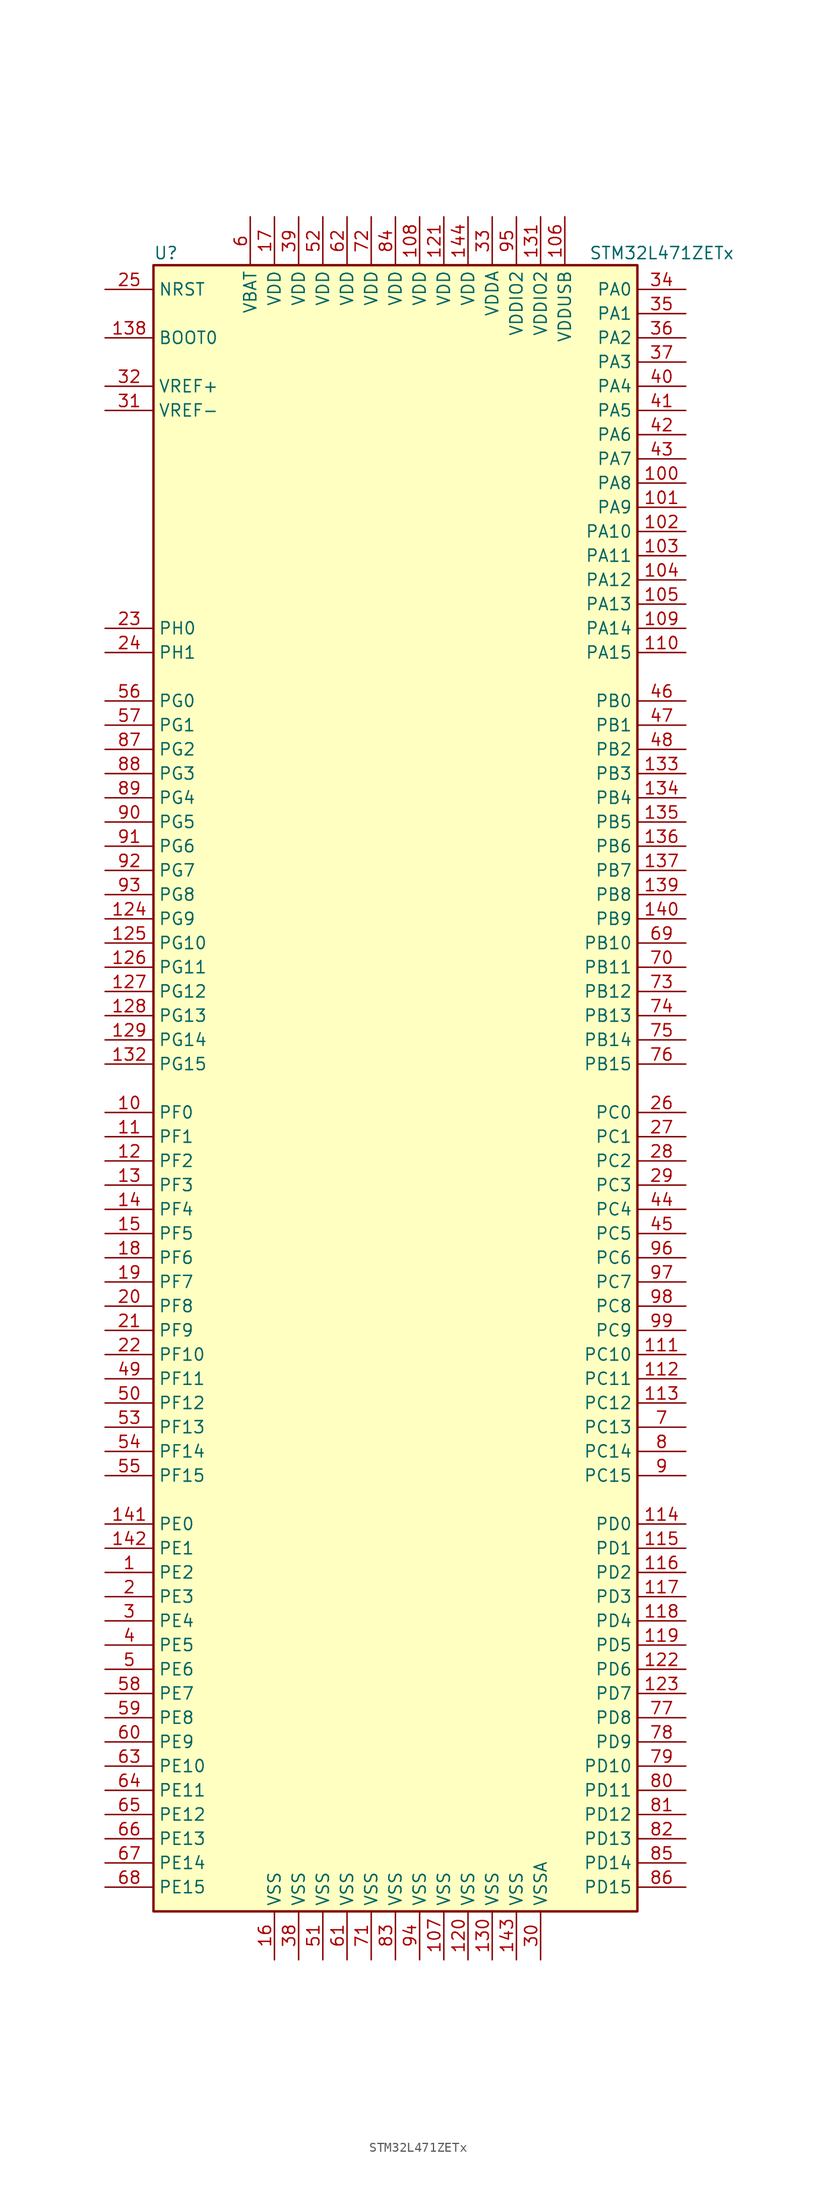
<source format=kicad_sym>
(kicad_symbol_lib
  (version 20211014)
  (generator kicad_symbol_editor)
  (symbol "STM32L471ZETx"
    (property "Reference" "U"
      (at -25.4 87.63 0)
      (effects (font (size 1.27 1.27)) (justify left)))
    (property "Value" "STM32L471ZETx"
      (at 20.32 87.63 0)
      (effects (font (size 1.27 1.27)) (justify left)))
    (symbol "STM32L471ZETx_0_1"
      (rectangle (start -25.4 -86.36) (end 25.4 86.36) (stroke (width 0.254) (type default) (color 0 0 0 0)) (fill (type background))))
    (symbol "STM32L471ZETx_1_1"
      (pin bidirectional line (at -30.48 -50.8 0) (length 5.08) (name "PE2" (effects (font (size 1.27 1.27)))) (number "1" (effects (font (size 1.27 1.27)))))
      (pin bidirectional line (at -30.48 -2.54 0) (length 5.08) (name "PF0" (effects (font (size 1.27 1.27)))) (number "10" (effects (font (size 1.27 1.27)))))
      (pin bidirectional line (at 30.48 63.5 180) (length 5.08) (name "PA8" (effects (font (size 1.27 1.27)))) (number "100" (effects (font (size 1.27 1.27)))))
      (pin bidirectional line (at 30.48 60.96 180) (length 5.08) (name "PA9" (effects (font (size 1.27 1.27)))) (number "101" (effects (font (size 1.27 1.27)))))
      (pin bidirectional line (at 30.48 58.42 180) (length 5.08) (name "PA10" (effects (font (size 1.27 1.27)))) (number "102" (effects (font (size 1.27 1.27)))))
      (pin bidirectional line (at 30.48 55.88 180) (length 5.08) (name "PA11" (effects (font (size 1.27 1.27)))) (number "103" (effects (font (size 1.27 1.27)))))
      (pin bidirectional line (at 30.48 53.34 180) (length 5.08) (name "PA12" (effects (font (size 1.27 1.27)))) (number "104" (effects (font (size 1.27 1.27)))))
      (pin bidirectional line (at 30.48 50.8 180) (length 5.08) (name "PA13" (effects (font (size 1.27 1.27)))) (number "105" (effects (font (size 1.27 1.27)))))
      (pin power_in line (at 17.78 91.44 270) (length 5.08) (name "VDDUSB" (effects (font (size 1.27 1.27)))) (number "106" (effects (font (size 1.27 1.27)))))
      (pin power_in line (at 5.08 -91.44 90) (length 5.08) (name "VSS" (effects (font (size 1.27 1.27)))) (number "107" (effects (font (size 1.27 1.27)))))
      (pin power_in line (at 2.54 91.44 270) (length 5.08) (name "VDD" (effects (font (size 1.27 1.27)))) (number "108" (effects (font (size 1.27 1.27)))))
      (pin bidirectional line (at 30.48 48.26 180) (length 5.08) (name "PA14" (effects (font (size 1.27 1.27)))) (number "109" (effects (font (size 1.27 1.27)))))
      (pin bidirectional line (at -30.48 -5.08 0) (length 5.08) (name "PF1" (effects (font (size 1.27 1.27)))) (number "11" (effects (font (size 1.27 1.27)))))
      (pin bidirectional line (at 30.48 45.72 180) (length 5.08) (name "PA15" (effects (font (size 1.27 1.27)))) (number "110" (effects (font (size 1.27 1.27)))))
      (pin bidirectional line (at 30.48 -27.94 180) (length 5.08) (name "PC10" (effects (font (size 1.27 1.27)))) (number "111" (effects (font (size 1.27 1.27)))))
      (pin bidirectional line (at 30.48 -30.48 180) (length 5.08) (name "PC11" (effects (font (size 1.27 1.27)))) (number "112" (effects (font (size 1.27 1.27)))))
      (pin bidirectional line (at 30.48 -33.02 180) (length 5.08) (name "PC12" (effects (font (size 1.27 1.27)))) (number "113" (effects (font (size 1.27 1.27)))))
      (pin bidirectional line (at 30.48 -45.72 180) (length 5.08) (name "PD0" (effects (font (size 1.27 1.27)))) (number "114" (effects (font (size 1.27 1.27)))))
      (pin bidirectional line (at 30.48 -48.26 180) (length 5.08) (name "PD1" (effects (font (size 1.27 1.27)))) (number "115" (effects (font (size 1.27 1.27)))))
      (pin bidirectional line (at 30.48 -50.8 180) (length 5.08) (name "PD2" (effects (font (size 1.27 1.27)))) (number "116" (effects (font (size 1.27 1.27)))))
      (pin bidirectional line (at 30.48 -53.34 180) (length 5.08) (name "PD3" (effects (font (size 1.27 1.27)))) (number "117" (effects (font (size 1.27 1.27)))))
      (pin bidirectional line (at 30.48 -55.88 180) (length 5.08) (name "PD4" (effects (font (size 1.27 1.27)))) (number "118" (effects (font (size 1.27 1.27)))))
      (pin bidirectional line (at 30.48 -58.42 180) (length 5.08) (name "PD5" (effects (font (size 1.27 1.27)))) (number "119" (effects (font (size 1.27 1.27)))))
      (pin bidirectional line (at -30.48 -7.62 0) (length 5.08) (name "PF2" (effects (font (size 1.27 1.27)))) (number "12" (effects (font (size 1.27 1.27)))))
      (pin power_in line (at 7.62 -91.44 90) (length 5.08) (name "VSS" (effects (font (size 1.27 1.27)))) (number "120" (effects (font (size 1.27 1.27)))))
      (pin power_in line (at 5.08 91.44 270) (length 5.08) (name "VDD" (effects (font (size 1.27 1.27)))) (number "121" (effects (font (size 1.27 1.27)))))
      (pin bidirectional line (at 30.48 -60.96 180) (length 5.08) (name "PD6" (effects (font (size 1.27 1.27)))) (number "122" (effects (font (size 1.27 1.27)))))
      (pin bidirectional line (at 30.48 -63.5 180) (length 5.08) (name "PD7" (effects (font (size 1.27 1.27)))) (number "123" (effects (font (size 1.27 1.27)))))
      (pin bidirectional line (at -30.48 17.78 0) (length 5.08) (name "PG9" (effects (font (size 1.27 1.27)))) (number "124" (effects (font (size 1.27 1.27)))))
      (pin bidirectional line (at -30.48 15.24 0) (length 5.08) (name "PG10" (effects (font (size 1.27 1.27)))) (number "125" (effects (font (size 1.27 1.27)))))
      (pin bidirectional line (at -30.48 12.7 0) (length 5.08) (name "PG11" (effects (font (size 1.27 1.27)))) (number "126" (effects (font (size 1.27 1.27)))))
      (pin bidirectional line (at -30.48 10.16 0) (length 5.08) (name "PG12" (effects (font (size 1.27 1.27)))) (number "127" (effects (font (size 1.27 1.27)))))
      (pin bidirectional line (at -30.48 7.62 0) (length 5.08) (name "PG13" (effects (font (size 1.27 1.27)))) (number "128" (effects (font (size 1.27 1.27)))))
      (pin bidirectional line (at -30.48 5.08 0) (length 5.08) (name "PG14" (effects (font (size 1.27 1.27)))) (number "129" (effects (font (size 1.27 1.27)))))
      (pin bidirectional line (at -30.48 -10.16 0) (length 5.08) (name "PF3" (effects (font (size 1.27 1.27)))) (number "13" (effects (font (size 1.27 1.27)))))
      (pin power_in line (at 10.16 -91.44 90) (length 5.08) (name "VSS" (effects (font (size 1.27 1.27)))) (number "130" (effects (font (size 1.27 1.27)))))
      (pin power_in line (at 15.24 91.44 270) (length 5.08) (name "VDDIO2" (effects (font (size 1.27 1.27)))) (number "131" (effects (font (size 1.27 1.27)))))
      (pin bidirectional line (at -30.48 2.54 0) (length 5.08) (name "PG15" (effects (font (size 1.27 1.27)))) (number "132" (effects (font (size 1.27 1.27)))))
      (pin bidirectional line (at 30.48 33.02 180) (length 5.08) (name "PB3" (effects (font (size 1.27 1.27)))) (number "133" (effects (font (size 1.27 1.27)))))
      (pin bidirectional line (at 30.48 30.48 180) (length 5.08) (name "PB4" (effects (font (size 1.27 1.27)))) (number "134" (effects (font (size 1.27 1.27)))))
      (pin bidirectional line (at 30.48 27.94 180) (length 5.08) (name "PB5" (effects (font (size 1.27 1.27)))) (number "135" (effects (font (size 1.27 1.27)))))
      (pin bidirectional line (at 30.48 25.4 180) (length 5.08) (name "PB6" (effects (font (size 1.27 1.27)))) (number "136" (effects (font (size 1.27 1.27)))))
      (pin bidirectional line (at 30.48 22.86 180) (length 5.08) (name "PB7" (effects (font (size 1.27 1.27)))) (number "137" (effects (font (size 1.27 1.27)))))
      (pin input line (at -30.48 78.74 0) (length 5.08) (name "BOOT0" (effects (font (size 1.27 1.27)))) (number "138" (effects (font (size 1.27 1.27)))))
      (pin bidirectional line (at 30.48 20.32 180) (length 5.08) (name "PB8" (effects (font (size 1.27 1.27)))) (number "139" (effects (font (size 1.27 1.27)))))
      (pin bidirectional line (at -30.48 -12.7 0) (length 5.08) (name "PF4" (effects (font (size 1.27 1.27)))) (number "14" (effects (font (size 1.27 1.27)))))
      (pin bidirectional line (at 30.48 17.78 180) (length 5.08) (name "PB9" (effects (font (size 1.27 1.27)))) (number "140" (effects (font (size 1.27 1.27)))))
      (pin bidirectional line (at -30.48 -45.72 0) (length 5.08) (name "PE0" (effects (font (size 1.27 1.27)))) (number "141" (effects (font (size 1.27 1.27)))))
      (pin bidirectional line (at -30.48 -48.26 0) (length 5.08) (name "PE1" (effects (font (size 1.27 1.27)))) (number "142" (effects (font (size 1.27 1.27)))))
      (pin power_in line (at 12.7 -91.44 90) (length 5.08) (name "VSS" (effects (font (size 1.27 1.27)))) (number "143" (effects (font (size 1.27 1.27)))))
      (pin power_in line (at 7.62 91.44 270) (length 5.08) (name "VDD" (effects (font (size 1.27 1.27)))) (number "144" (effects (font (size 1.27 1.27)))))
      (pin bidirectional line (at -30.48 -15.24 0) (length 5.08) (name "PF5" (effects (font (size 1.27 1.27)))) (number "15" (effects (font (size 1.27 1.27)))))
      (pin power_in line (at -12.7 -91.44 90) (length 5.08) (name "VSS" (effects (font (size 1.27 1.27)))) (number "16" (effects (font (size 1.27 1.27)))))
      (pin power_in line (at -12.7 91.44 270) (length 5.08) (name "VDD" (effects (font (size 1.27 1.27)))) (number "17" (effects (font (size 1.27 1.27)))))
      (pin bidirectional line (at -30.48 -17.78 0) (length 5.08) (name "PF6" (effects (font (size 1.27 1.27)))) (number "18" (effects (font (size 1.27 1.27)))))
      (pin bidirectional line (at -30.48 -20.32 0) (length 5.08) (name "PF7" (effects (font (size 1.27 1.27)))) (number "19" (effects (font (size 1.27 1.27)))))
      (pin bidirectional line (at -30.48 -53.34 0) (length 5.08) (name "PE3" (effects (font (size 1.27 1.27)))) (number "2" (effects (font (size 1.27 1.27)))))
      (pin bidirectional line (at -30.48 -22.86 0) (length 5.08) (name "PF8" (effects (font (size 1.27 1.27)))) (number "20" (effects (font (size 1.27 1.27)))))
      (pin bidirectional line (at -30.48 -25.4 0) (length 5.08) (name "PF9" (effects (font (size 1.27 1.27)))) (number "21" (effects (font (size 1.27 1.27)))))
      (pin bidirectional line (at -30.48 -27.94 0) (length 5.08) (name "PF10" (effects (font (size 1.27 1.27)))) (number "22" (effects (font (size 1.27 1.27)))))
      (pin input line (at -30.48 48.26 0) (length 5.08) (name "PH0" (effects (font (size 1.27 1.27)))) (number "23" (effects (font (size 1.27 1.27)))))
      (pin input line (at -30.48 45.72 0) (length 5.08) (name "PH1" (effects (font (size 1.27 1.27)))) (number "24" (effects (font (size 1.27 1.27)))))
      (pin input line (at -30.48 83.82 0) (length 5.08) (name "NRST" (effects (font (size 1.27 1.27)))) (number "25" (effects (font (size 1.27 1.27)))))
      (pin bidirectional line (at 30.48 -2.54 180) (length 5.08) (name "PC0" (effects (font (size 1.27 1.27)))) (number "26" (effects (font (size 1.27 1.27)))))
      (pin bidirectional line (at 30.48 -5.08 180) (length 5.08) (name "PC1" (effects (font (size 1.27 1.27)))) (number "27" (effects (font (size 1.27 1.27)))))
      (pin bidirectional line (at 30.48 -7.62 180) (length 5.08) (name "PC2" (effects (font (size 1.27 1.27)))) (number "28" (effects (font (size 1.27 1.27)))))
      (pin bidirectional line (at 30.48 -10.16 180) (length 5.08) (name "PC3" (effects (font (size 1.27 1.27)))) (number "29" (effects (font (size 1.27 1.27)))))
      (pin bidirectional line (at -30.48 -55.88 0) (length 5.08) (name "PE4" (effects (font (size 1.27 1.27)))) (number "3" (effects (font (size 1.27 1.27)))))
      (pin power_in line (at 15.24 -91.44 90) (length 5.08) (name "VSSA" (effects (font (size 1.27 1.27)))) (number "30" (effects (font (size 1.27 1.27)))))
      (pin power_in line (at -30.48 71.12 0) (length 5.08) (name "VREF-" (effects (font (size 1.27 1.27)))) (number "31" (effects (font (size 1.27 1.27)))))
      (pin bidirectional line (at -30.48 73.66 0) (length 5.08) (name "VREF+" (effects (font (size 1.27 1.27)))) (number "32" (effects (font (size 1.27 1.27)))))
      (pin power_in line (at 10.16 91.44 270) (length 5.08) (name "VDDA" (effects (font (size 1.27 1.27)))) (number "33" (effects (font (size 1.27 1.27)))))
      (pin bidirectional line (at 30.48 83.82 180) (length 5.08) (name "PA0" (effects (font (size 1.27 1.27)))) (number "34" (effects (font (size 1.27 1.27)))))
      (pin bidirectional line (at 30.48 81.28 180) (length 5.08) (name "PA1" (effects (font (size 1.27 1.27)))) (number "35" (effects (font (size 1.27 1.27)))))
      (pin bidirectional line (at 30.48 78.74 180) (length 5.08) (name "PA2" (effects (font (size 1.27 1.27)))) (number "36" (effects (font (size 1.27 1.27)))))
      (pin bidirectional line (at 30.48 76.2 180) (length 5.08) (name "PA3" (effects (font (size 1.27 1.27)))) (number "37" (effects (font (size 1.27 1.27)))))
      (pin power_in line (at -10.16 -91.44 90) (length 5.08) (name "VSS" (effects (font (size 1.27 1.27)))) (number "38" (effects (font (size 1.27 1.27)))))
      (pin power_in line (at -10.16 91.44 270) (length 5.08) (name "VDD" (effects (font (size 1.27 1.27)))) (number "39" (effects (font (size 1.27 1.27)))))
      (pin bidirectional line (at -30.48 -58.42 0) (length 5.08) (name "PE5" (effects (font (size 1.27 1.27)))) (number "4" (effects (font (size 1.27 1.27)))))
      (pin bidirectional line (at 30.48 73.66 180) (length 5.08) (name "PA4" (effects (font (size 1.27 1.27)))) (number "40" (effects (font (size 1.27 1.27)))))
      (pin bidirectional line (at 30.48 71.12 180) (length 5.08) (name "PA5" (effects (font (size 1.27 1.27)))) (number "41" (effects (font (size 1.27 1.27)))))
      (pin bidirectional line (at 30.48 68.58 180) (length 5.08) (name "PA6" (effects (font (size 1.27 1.27)))) (number "42" (effects (font (size 1.27 1.27)))))
      (pin bidirectional line (at 30.48 66.04 180) (length 5.08) (name "PA7" (effects (font (size 1.27 1.27)))) (number "43" (effects (font (size 1.27 1.27)))))
      (pin bidirectional line (at 30.48 -12.7 180) (length 5.08) (name "PC4" (effects (font (size 1.27 1.27)))) (number "44" (effects (font (size 1.27 1.27)))))
      (pin bidirectional line (at 30.48 -15.24 180) (length 5.08) (name "PC5" (effects (font (size 1.27 1.27)))) (number "45" (effects (font (size 1.27 1.27)))))
      (pin bidirectional line (at 30.48 40.64 180) (length 5.08) (name "PB0" (effects (font (size 1.27 1.27)))) (number "46" (effects (font (size 1.27 1.27)))))
      (pin bidirectional line (at 30.48 38.1 180) (length 5.08) (name "PB1" (effects (font (size 1.27 1.27)))) (number "47" (effects (font (size 1.27 1.27)))))
      (pin bidirectional line (at 30.48 35.56 180) (length 5.08) (name "PB2" (effects (font (size 1.27 1.27)))) (number "48" (effects (font (size 1.27 1.27)))))
      (pin bidirectional line (at -30.48 -30.48 0) (length 5.08) (name "PF11" (effects (font (size 1.27 1.27)))) (number "49" (effects (font (size 1.27 1.27)))))
      (pin bidirectional line (at -30.48 -60.96 0) (length 5.08) (name "PE6" (effects (font (size 1.27 1.27)))) (number "5" (effects (font (size 1.27 1.27)))))
      (pin bidirectional line (at -30.48 -33.02 0) (length 5.08) (name "PF12" (effects (font (size 1.27 1.27)))) (number "50" (effects (font (size 1.27 1.27)))))
      (pin power_in line (at -7.62 -91.44 90) (length 5.08) (name "VSS" (effects (font (size 1.27 1.27)))) (number "51" (effects (font (size 1.27 1.27)))))
      (pin power_in line (at -7.62 91.44 270) (length 5.08) (name "VDD" (effects (font (size 1.27 1.27)))) (number "52" (effects (font (size 1.27 1.27)))))
      (pin bidirectional line (at -30.48 -35.56 0) (length 5.08) (name "PF13" (effects (font (size 1.27 1.27)))) (number "53" (effects (font (size 1.27 1.27)))))
      (pin bidirectional line (at -30.48 -38.1 0) (length 5.08) (name "PF14" (effects (font (size 1.27 1.27)))) (number "54" (effects (font (size 1.27 1.27)))))
      (pin bidirectional line (at -30.48 -40.64 0) (length 5.08) (name "PF15" (effects (font (size 1.27 1.27)))) (number "55" (effects (font (size 1.27 1.27)))))
      (pin bidirectional line (at -30.48 40.64 0) (length 5.08) (name "PG0" (effects (font (size 1.27 1.27)))) (number "56" (effects (font (size 1.27 1.27)))))
      (pin bidirectional line (at -30.48 38.1 0) (length 5.08) (name "PG1" (effects (font (size 1.27 1.27)))) (number "57" (effects (font (size 1.27 1.27)))))
      (pin bidirectional line (at -30.48 -63.5 0) (length 5.08) (name "PE7" (effects (font (size 1.27 1.27)))) (number "58" (effects (font (size 1.27 1.27)))))
      (pin bidirectional line (at -30.48 -66.04 0) (length 5.08) (name "PE8" (effects (font (size 1.27 1.27)))) (number "59" (effects (font (size 1.27 1.27)))))
      (pin power_in line (at -15.24 91.44 270) (length 5.08) (name "VBAT" (effects (font (size 1.27 1.27)))) (number "6" (effects (font (size 1.27 1.27)))))
      (pin bidirectional line (at -30.48 -68.58 0) (length 5.08) (name "PE9" (effects (font (size 1.27 1.27)))) (number "60" (effects (font (size 1.27 1.27)))))
      (pin power_in line (at -5.08 -91.44 90) (length 5.08) (name "VSS" (effects (font (size 1.27 1.27)))) (number "61" (effects (font (size 1.27 1.27)))))
      (pin power_in line (at -5.08 91.44 270) (length 5.08) (name "VDD" (effects (font (size 1.27 1.27)))) (number "62" (effects (font (size 1.27 1.27)))))
      (pin bidirectional line (at -30.48 -71.12 0) (length 5.08) (name "PE10" (effects (font (size 1.27 1.27)))) (number "63" (effects (font (size 1.27 1.27)))))
      (pin bidirectional line (at -30.48 -73.66 0) (length 5.08) (name "PE11" (effects (font (size 1.27 1.27)))) (number "64" (effects (font (size 1.27 1.27)))))
      (pin bidirectional line (at -30.48 -76.2 0) (length 5.08) (name "PE12" (effects (font (size 1.27 1.27)))) (number "65" (effects (font (size 1.27 1.27)))))
      (pin bidirectional line (at -30.48 -78.74 0) (length 5.08) (name "PE13" (effects (font (size 1.27 1.27)))) (number "66" (effects (font (size 1.27 1.27)))))
      (pin bidirectional line (at -30.48 -81.28 0) (length 5.08) (name "PE14" (effects (font (size 1.27 1.27)))) (number "67" (effects (font (size 1.27 1.27)))))
      (pin bidirectional line (at -30.48 -83.82 0) (length 5.08) (name "PE15" (effects (font (size 1.27 1.27)))) (number "68" (effects (font (size 1.27 1.27)))))
      (pin bidirectional line (at 30.48 15.24 180) (length 5.08) (name "PB10" (effects (font (size 1.27 1.27)))) (number "69" (effects (font (size 1.27 1.27)))))
      (pin bidirectional line (at 30.48 -35.56 180) (length 5.08) (name "PC13" (effects (font (size 1.27 1.27)))) (number "7" (effects (font (size 1.27 1.27)))))
      (pin bidirectional line (at 30.48 12.7 180) (length 5.08) (name "PB11" (effects (font (size 1.27 1.27)))) (number "70" (effects (font (size 1.27 1.27)))))
      (pin power_in line (at -2.54 -91.44 90) (length 5.08) (name "VSS" (effects (font (size 1.27 1.27)))) (number "71" (effects (font (size 1.27 1.27)))))
      (pin power_in line (at -2.54 91.44 270) (length 5.08) (name "VDD" (effects (font (size 1.27 1.27)))) (number "72" (effects (font (size 1.27 1.27)))))
      (pin bidirectional line (at 30.48 10.16 180) (length 5.08) (name "PB12" (effects (font (size 1.27 1.27)))) (number "73" (effects (font (size 1.27 1.27)))))
      (pin bidirectional line (at 30.48 7.62 180) (length 5.08) (name "PB13" (effects (font (size 1.27 1.27)))) (number "74" (effects (font (size 1.27 1.27)))))
      (pin bidirectional line (at 30.48 5.08 180) (length 5.08) (name "PB14" (effects (font (size 1.27 1.27)))) (number "75" (effects (font (size 1.27 1.27)))))
      (pin bidirectional line (at 30.48 2.54 180) (length 5.08) (name "PB15" (effects (font (size 1.27 1.27)))) (number "76" (effects (font (size 1.27 1.27)))))
      (pin bidirectional line (at 30.48 -66.04 180) (length 5.08) (name "PD8" (effects (font (size 1.27 1.27)))) (number "77" (effects (font (size 1.27 1.27)))))
      (pin bidirectional line (at 30.48 -68.58 180) (length 5.08) (name "PD9" (effects (font (size 1.27 1.27)))) (number "78" (effects (font (size 1.27 1.27)))))
      (pin bidirectional line (at 30.48 -71.12 180) (length 5.08) (name "PD10" (effects (font (size 1.27 1.27)))) (number "79" (effects (font (size 1.27 1.27)))))
      (pin bidirectional line (at 30.48 -38.1 180) (length 5.08) (name "PC14" (effects (font (size 1.27 1.27)))) (number "8" (effects (font (size 1.27 1.27)))))
      (pin bidirectional line (at 30.48 -73.66 180) (length 5.08) (name "PD11" (effects (font (size 1.27 1.27)))) (number "80" (effects (font (size 1.27 1.27)))))
      (pin bidirectional line (at 30.48 -76.2 180) (length 5.08) (name "PD12" (effects (font (size 1.27 1.27)))) (number "81" (effects (font (size 1.27 1.27)))))
      (pin bidirectional line (at 30.48 -78.74 180) (length 5.08) (name "PD13" (effects (font (size 1.27 1.27)))) (number "82" (effects (font (size 1.27 1.27)))))
      (pin power_in line (at 0 -91.44 90) (length 5.08) (name "VSS" (effects (font (size 1.27 1.27)))) (number "83" (effects (font (size 1.27 1.27)))))
      (pin power_in line (at 0 91.44 270) (length 5.08) (name "VDD" (effects (font (size 1.27 1.27)))) (number "84" (effects (font (size 1.27 1.27)))))
      (pin bidirectional line (at 30.48 -81.28 180) (length 5.08) (name "PD14" (effects (font (size 1.27 1.27)))) (number "85" (effects (font (size 1.27 1.27)))))
      (pin bidirectional line (at 30.48 -83.82 180) (length 5.08) (name "PD15" (effects (font (size 1.27 1.27)))) (number "86" (effects (font (size 1.27 1.27)))))
      (pin bidirectional line (at -30.48 35.56 0) (length 5.08) (name "PG2" (effects (font (size 1.27 1.27)))) (number "87" (effects (font (size 1.27 1.27)))))
      (pin bidirectional line (at -30.48 33.02 0) (length 5.08) (name "PG3" (effects (font (size 1.27 1.27)))) (number "88" (effects (font (size 1.27 1.27)))))
      (pin bidirectional line (at -30.48 30.48 0) (length 5.08) (name "PG4" (effects (font (size 1.27 1.27)))) (number "89" (effects (font (size 1.27 1.27)))))
      (pin bidirectional line (at 30.48 -40.64 180) (length 5.08) (name "PC15" (effects (font (size 1.27 1.27)))) (number "9" (effects (font (size 1.27 1.27)))))
      (pin bidirectional line (at -30.48 27.94 0) (length 5.08) (name "PG5" (effects (font (size 1.27 1.27)))) (number "90" (effects (font (size 1.27 1.27)))))
      (pin bidirectional line (at -30.48 25.4 0) (length 5.08) (name "PG6" (effects (font (size 1.27 1.27)))) (number "91" (effects (font (size 1.27 1.27)))))
      (pin bidirectional line (at -30.48 22.86 0) (length 5.08) (name "PG7" (effects (font (size 1.27 1.27)))) (number "92" (effects (font (size 1.27 1.27)))))
      (pin bidirectional line (at -30.48 20.32 0) (length 5.08) (name "PG8" (effects (font (size 1.27 1.27)))) (number "93" (effects (font (size 1.27 1.27)))))
      (pin power_in line (at 2.54 -91.44 90) (length 5.08) (name "VSS" (effects (font (size 1.27 1.27)))) (number "94" (effects (font (size 1.27 1.27)))))
      (pin power_in line (at 12.7 91.44 270) (length 5.08) (name "VDDIO2" (effects (font (size 1.27 1.27)))) (number "95" (effects (font (size 1.27 1.27)))))
      (pin bidirectional line (at 30.48 -17.78 180) (length 5.08) (name "PC6" (effects (font (size 1.27 1.27)))) (number "96" (effects (font (size 1.27 1.27)))))
      (pin bidirectional line (at 30.48 -20.32 180) (length 5.08) (name "PC7" (effects (font (size 1.27 1.27)))) (number "97" (effects (font (size 1.27 1.27)))))
      (pin bidirectional line (at 30.48 -22.86 180) (length 5.08) (name "PC8" (effects (font (size 1.27 1.27)))) (number "98" (effects (font (size 1.27 1.27)))))
      (pin bidirectional line (at 30.48 -25.4 180) (length 5.08) (name "PC9" (effects (font (size 1.27 1.27)))) (number "99" (effects (font (size 1.27 1.27))))))))
</source>
